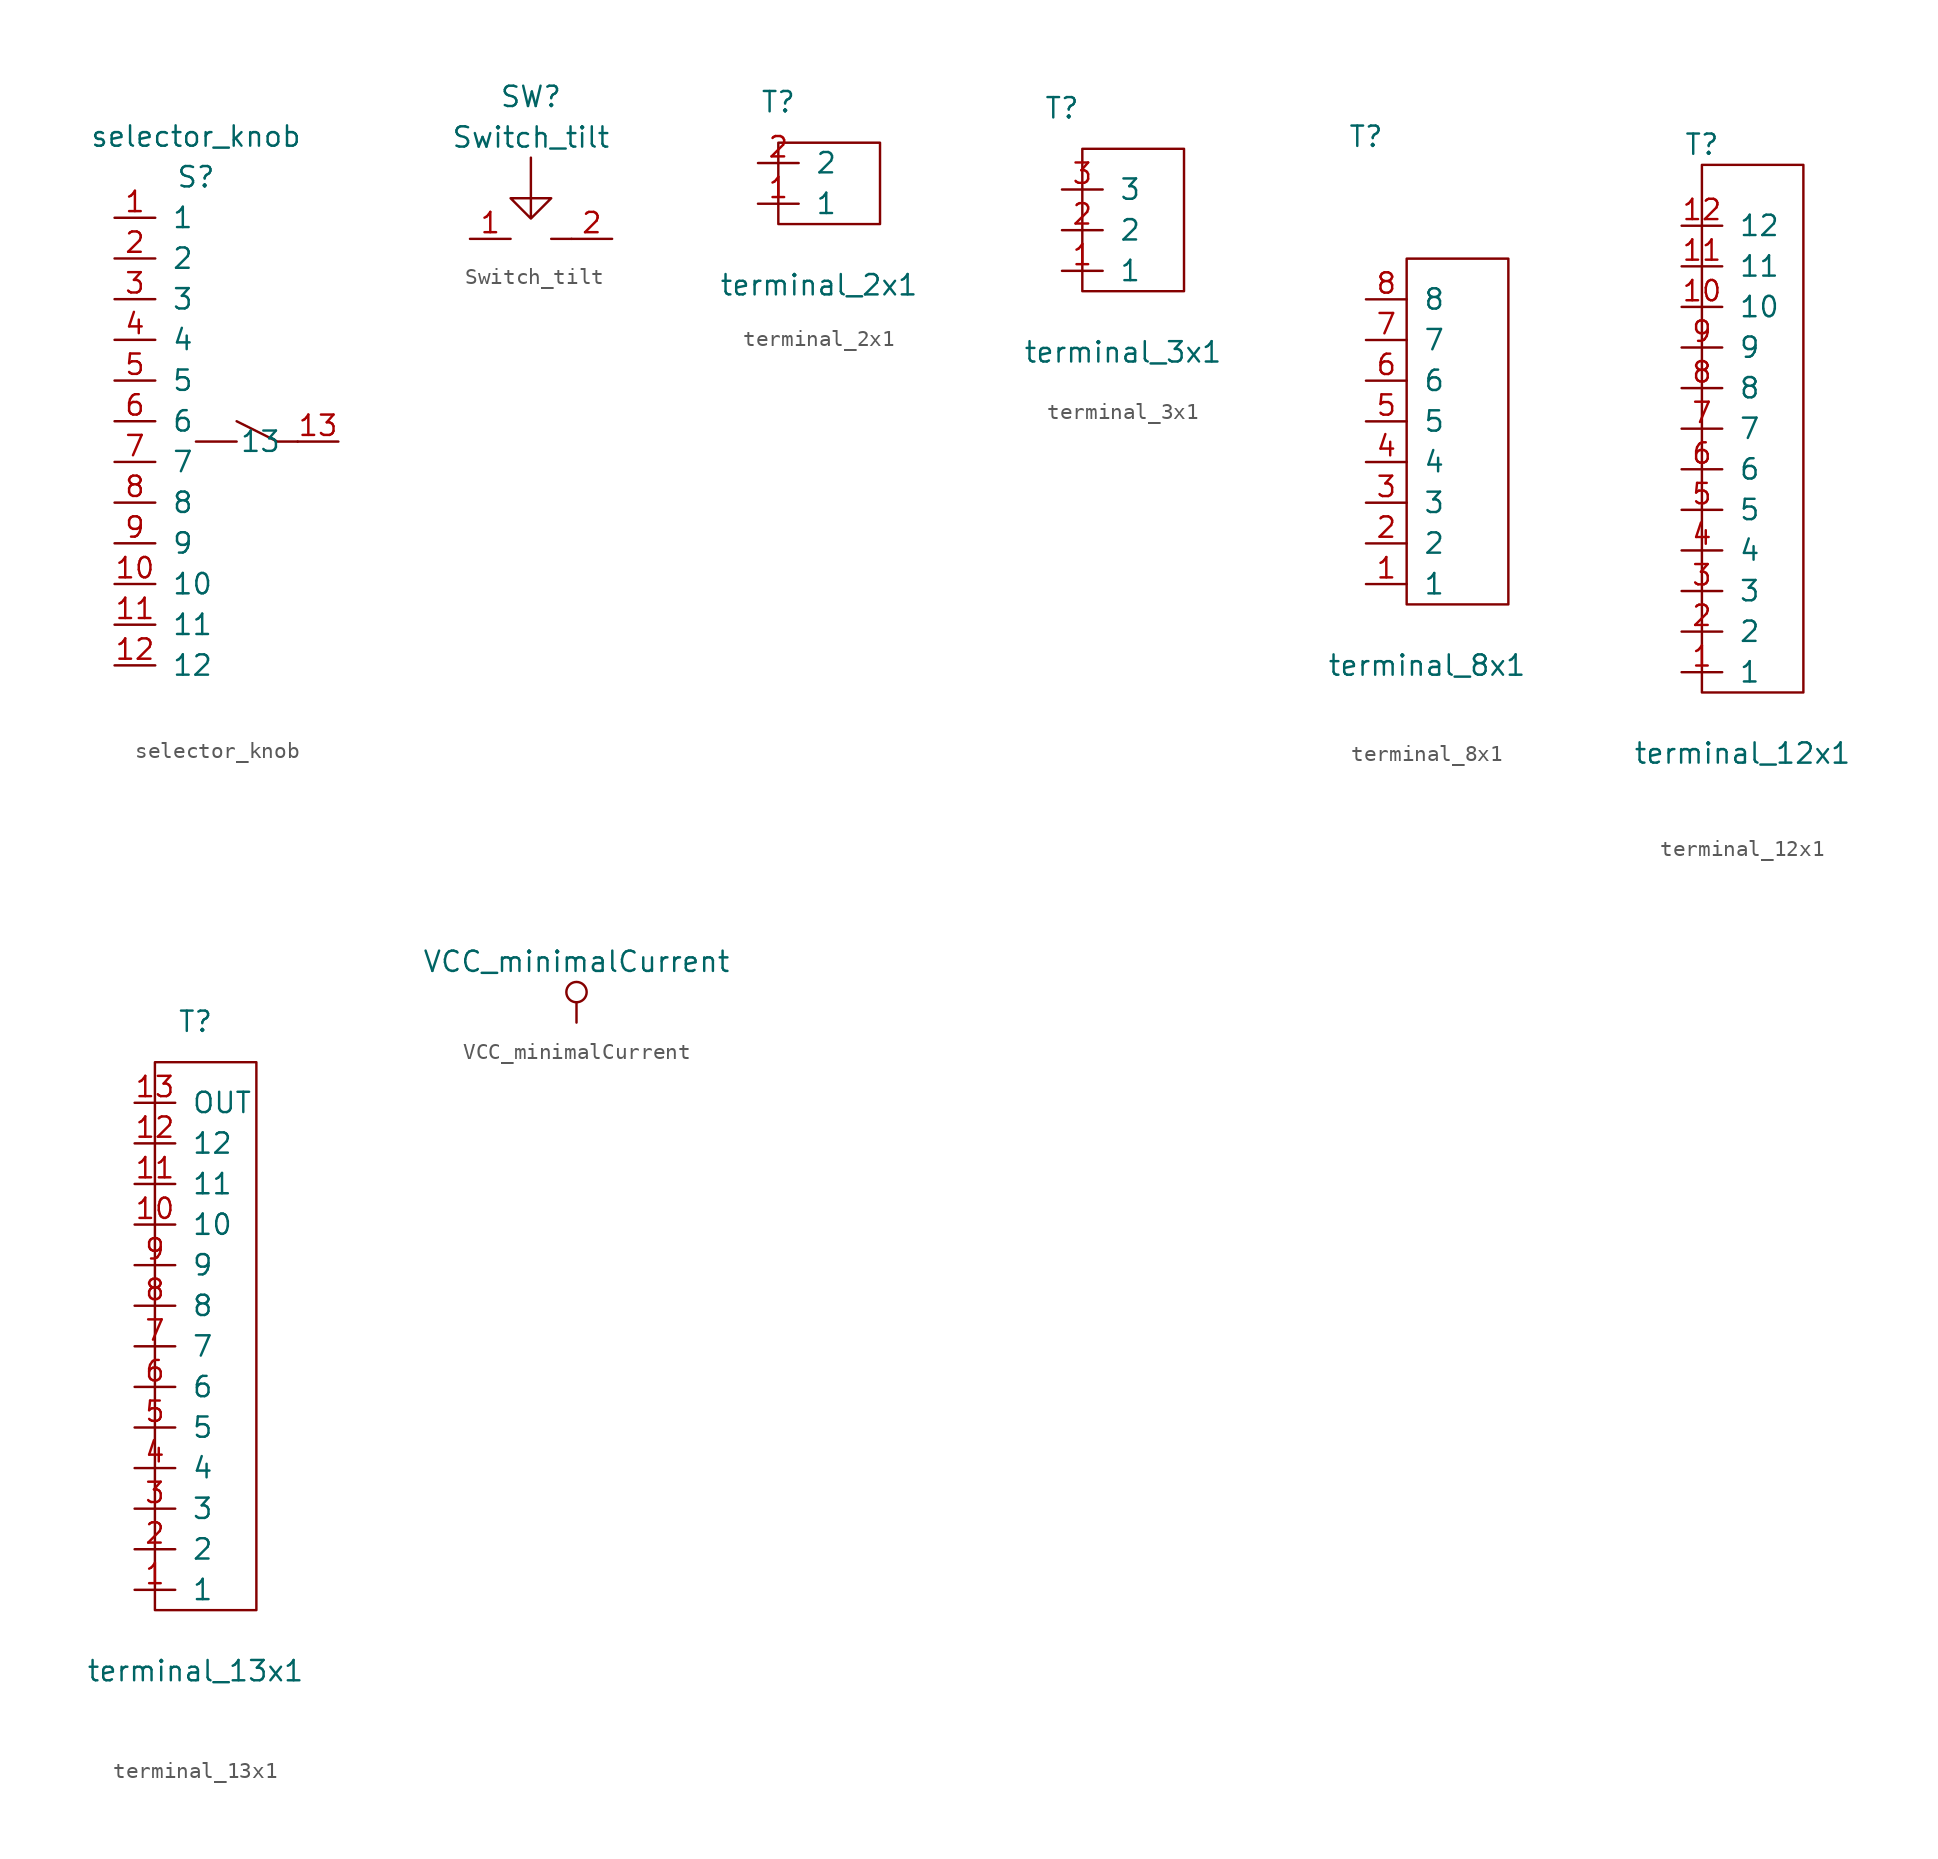
<source format=kicad_sym>
(kicad_symbol_lib
  (version 20211014)
  (generator kicad_symbol_editor)
  (symbol "selector_knob"
    (pin_names
      (offset 1.016))
    (property "Reference" "S"
      (at 0 0 0)
      (effects (font (size 1.27 1.27))))
    (property "Value" "selector_knob"
      (at 0 2.54 0)
      (effects (font (size 1.27 1.27))))
    (symbol "selector_knob_0_0"
      (pin unspecified line (at -5.08 -2.54 0) (length 2.54) (name "1" (effects (font (size 1.27 1.27)))) (number "1" (effects (font (size 1.27 1.27)))))
      (pin unspecified line (at -5.08 -25.4 0) (length 2.54) (name "10" (effects (font (size 1.27 1.27)))) (number "10" (effects (font (size 1.27 1.27)))))
      (pin unspecified line (at -5.08 -27.94 0) (length 2.54) (name "11" (effects (font (size 1.27 1.27)))) (number "11" (effects (font (size 1.27 1.27)))))
      (pin unspecified line (at -5.08 -30.48 0) (length 2.54) (name "12" (effects (font (size 1.27 1.27)))) (number "12" (effects (font (size 1.27 1.27)))))
      (pin unspecified line (at 8.89 -16.51 180) (length 2.54) (name "13" (effects (font (size 1.27 1.27)))) (number "13" (effects (font (size 1.27 1.27)))))
      (pin unspecified line (at -5.08 -5.08 0) (length 2.54) (name "2" (effects (font (size 1.27 1.27)))) (number "2" (effects (font (size 1.27 1.27)))))
      (pin unspecified line (at -5.08 -7.62 0) (length 2.54) (name "3" (effects (font (size 1.27 1.27)))) (number "3" (effects (font (size 1.27 1.27)))))
      (pin unspecified line (at -5.08 -10.16 0) (length 2.54) (name "4" (effects (font (size 1.27 1.27)))) (number "4" (effects (font (size 1.27 1.27)))))
      (pin unspecified line (at -5.08 -12.7 0) (length 2.54) (name "5" (effects (font (size 1.27 1.27)))) (number "5" (effects (font (size 1.27 1.27)))))
      (pin unspecified line (at -5.08 -15.24 0) (length 2.54) (name "6" (effects (font (size 1.27 1.27)))) (number "6" (effects (font (size 1.27 1.27)))))
      (pin unspecified line (at -5.08 -17.78 0) (length 2.54) (name "7" (effects (font (size 1.27 1.27)))) (number "7" (effects (font (size 1.27 1.27)))))
      (pin unspecified line (at -5.08 -20.32 0) (length 2.54) (name "8" (effects (font (size 1.27 1.27)))) (number "8" (effects (font (size 1.27 1.27)))))
      (pin unspecified line (at -5.08 -22.86 0) (length 2.54) (name "9" (effects (font (size 1.27 1.27)))) (number "9" (effects (font (size 1.27 1.27))))))
    (symbol "selector_knob_0_1"
      (polyline (pts (xy 2.54 -16.51) (xy 0 -16.51)) (stroke (width 0) (type default) (color 0 0 0 0)) (fill (type none)))
      (polyline (pts (xy 6.35 -16.51) (xy 5.08 -16.51) (xy 2.54 -15.24)) (stroke (width 0) (type default) (color 0 0 0 0)) (fill (type none)))))
  (symbol "Switch_tilt"
    (pin_names
      (offset 1.016))
    (property "Reference" "SW"
      (at 0 7.62 0)
      (effects (font (size 1.27 1.27))))
    (property "Value" "Switch_tilt"
      (at 0 5.08 0)
      (effects (font (size 1.27 1.27))))
    (symbol "Switch_tilt_0_1"
      (polyline (pts (xy 2.54 -1.27) (xy 1.27 -1.27)) (stroke (width 0) (type default) (color 0 0 0 0)) (fill (type none)))
      (polyline (pts (xy 0 3.81) (xy 0 0) (xy -1.27 1.27) (xy 1.27 1.27) (xy 0 0)) (stroke (width 0) (type default) (color 0 0 0 0)) (fill (type none))))
    (symbol "Switch_tilt_1_1"
      (pin passive line (at -3.81 -1.27 0) (length 2.54) (name "~" (effects (font (size 1.27 1.27)))) (number "1" (effects (font (size 1.27 1.27)))))
      (pin passive line (at 5.08 -1.27 180) (length 2.54) (name "~" (effects (font (size 1.27 1.27)))) (number "2" (effects (font (size 1.27 1.27)))))))
  (symbol "terminal_2x1"
    (pin_names
      (offset 1.016))
    (property "Reference" "T"
      (at 0 6.35 0)
      (effects (font (size 1.27 1.27))))
    (property "Value" "terminal_2x1"
      (at 2.54 -5.08 0)
      (effects (font (size 1.27 1.27))))
    (symbol "terminal_2x1_0_0"
      (pin input line (at -1.27 0 0) (length 2.54) (name "1" (effects (font (size 1.27 1.27)))) (number "1" (effects (font (size 1.27 1.27)))))
      (pin input line (at -1.27 2.54 0) (length 2.54) (name "2" (effects (font (size 1.27 1.27)))) (number "2" (effects (font (size 1.27 1.27))))))
    (symbol "terminal_2x1_0_1"
      (rectangle (start 0 3.81) (end 6.35 -1.27) (stroke (width 0) (type default) (color 0 0 0 0)) (fill (type none)))))
  (symbol "terminal_3x1"
    (pin_names
      (offset 1.016))
    (property "Reference" "T"
      (at -1.27 10.16 0)
      (effects (font (size 1.27 1.27))))
    (property "Value" "terminal_3x1"
      (at 2.54 -5.08 0)
      (effects (font (size 1.27 1.27))))
    (symbol "terminal_3x1_0_0"
      (pin input line (at -1.27 0 0) (length 2.54) (name "1" (effects (font (size 1.27 1.27)))) (number "1" (effects (font (size 1.27 1.27)))))
      (pin input line (at -1.27 2.54 0) (length 2.54) (name "2" (effects (font (size 1.27 1.27)))) (number "2" (effects (font (size 1.27 1.27)))))
      (pin input line (at -1.27 5.08 0) (length 2.54) (name "3" (effects (font (size 1.27 1.27)))) (number "3" (effects (font (size 1.27 1.27))))))
    (symbol "terminal_3x1_0_1"
      (rectangle (start 0 7.62) (end 6.35 -1.27) (stroke (width 0) (type default) (color 0 0 0 0)) (fill (type none)))))
  (symbol "terminal_8x1"
    (pin_names
      (offset 1.016))
    (property "Reference" "T"
      (at -1.27 27.94 0)
      (effects (font (size 1.27 1.27))))
    (property "Value" "terminal_8x1"
      (at 2.54 -5.08 0)
      (effects (font (size 1.27 1.27))))
    (symbol "terminal_8x1_0_0"
      (pin input line (at -1.27 0 0) (length 2.54) (name "1" (effects (font (size 1.27 1.27)))) (number "1" (effects (font (size 1.27 1.27)))))
      (pin input line (at -1.27 2.54 0) (length 2.54) (name "2" (effects (font (size 1.27 1.27)))) (number "2" (effects (font (size 1.27 1.27)))))
      (pin input line (at -1.27 5.08 0) (length 2.54) (name "3" (effects (font (size 1.27 1.27)))) (number "3" (effects (font (size 1.27 1.27)))))
      (pin input line (at -1.27 7.62 0) (length 2.54) (name "4" (effects (font (size 1.27 1.27)))) (number "4" (effects (font (size 1.27 1.27)))))
      (pin input line (at -1.27 10.16 0) (length 2.54) (name "5" (effects (font (size 1.27 1.27)))) (number "5" (effects (font (size 1.27 1.27)))))
      (pin input line (at -1.27 12.7 0) (length 2.54) (name "6" (effects (font (size 1.27 1.27)))) (number "6" (effects (font (size 1.27 1.27)))))
      (pin input line (at -1.27 15.24 0) (length 2.54) (name "7" (effects (font (size 1.27 1.27)))) (number "7" (effects (font (size 1.27 1.27)))))
      (pin input line (at -1.27 17.78 0) (length 2.54) (name "8" (effects (font (size 1.27 1.27)))) (number "8" (effects (font (size 1.27 1.27))))))
    (symbol "terminal_8x1_0_1"
      (rectangle (start 1.27 20.32) (end 7.62 -1.27) (stroke (width 0) (type default) (color 0 0 0 0)) (fill (type none)))))
  (symbol "terminal_12x1"
    (pin_names
      (offset 1.016))
    (property "Reference" "T"
      (at 0 33.02 0)
      (effects (font (size 1.27 1.27))))
    (property "Value" "terminal_12x1"
      (at 2.54 -5.08 0)
      (effects (font (size 1.27 1.27))))
    (symbol "terminal_12x1_0_0"
      (pin input line (at -1.27 0 0) (length 2.54) (name "1" (effects (font (size 1.27 1.27)))) (number "1" (effects (font (size 1.27 1.27)))))
      (pin input line (at -1.27 22.86 0) (length 2.54) (name "10" (effects (font (size 1.27 1.27)))) (number "10" (effects (font (size 1.27 1.27)))))
      (pin input line (at -1.27 25.4 0) (length 2.54) (name "11" (effects (font (size 1.27 1.27)))) (number "11" (effects (font (size 1.27 1.27)))))
      (pin input line (at -1.27 27.94 0) (length 2.54) (name "12" (effects (font (size 1.27 1.27)))) (number "12" (effects (font (size 1.27 1.27)))))
      (pin input line (at -1.27 2.54 0) (length 2.54) (name "2" (effects (font (size 1.27 1.27)))) (number "2" (effects (font (size 1.27 1.27)))))
      (pin input line (at -1.27 5.08 0) (length 2.54) (name "3" (effects (font (size 1.27 1.27)))) (number "3" (effects (font (size 1.27 1.27)))))
      (pin input line (at -1.27 7.62 0) (length 2.54) (name "4" (effects (font (size 1.27 1.27)))) (number "4" (effects (font (size 1.27 1.27)))))
      (pin input line (at -1.27 10.16 0) (length 2.54) (name "5" (effects (font (size 1.27 1.27)))) (number "5" (effects (font (size 1.27 1.27)))))
      (pin input line (at -1.27 12.7 0) (length 2.54) (name "6" (effects (font (size 1.27 1.27)))) (number "6" (effects (font (size 1.27 1.27)))))
      (pin input line (at -1.27 15.24 0) (length 2.54) (name "7" (effects (font (size 1.27 1.27)))) (number "7" (effects (font (size 1.27 1.27)))))
      (pin input line (at -1.27 17.78 0) (length 2.54) (name "8" (effects (font (size 1.27 1.27)))) (number "8" (effects (font (size 1.27 1.27)))))
      (pin input line (at -1.27 20.32 0) (length 2.54) (name "9" (effects (font (size 1.27 1.27)))) (number "9" (effects (font (size 1.27 1.27))))))
    (symbol "terminal_12x1_0_1"
      (rectangle (start 0 31.75) (end 6.35 -1.27) (stroke (width 0) (type default) (color 0 0 0 0)) (fill (type none)))))
  (symbol "terminal_13x1"
    (pin_names
      (offset 1.016))
    (property "Reference" "T"
      (at 2.54 35.56 0)
      (effects (font (size 1.27 1.27))))
    (property "Value" "terminal_13x1"
      (at 2.54 -5.08 0)
      (effects (font (size 1.27 1.27))))
    (symbol "terminal_13x1_0_0"
      (pin input line (at -1.27 0 0) (length 2.54) (name "1" (effects (font (size 1.27 1.27)))) (number "1" (effects (font (size 1.27 1.27)))))
      (pin input line (at -1.27 22.86 0) (length 2.54) (name "10" (effects (font (size 1.27 1.27)))) (number "10" (effects (font (size 1.27 1.27)))))
      (pin input line (at -1.27 25.4 0) (length 2.54) (name "11" (effects (font (size 1.27 1.27)))) (number "11" (effects (font (size 1.27 1.27)))))
      (pin input line (at -1.27 27.94 0) (length 2.54) (name "12" (effects (font (size 1.27 1.27)))) (number "12" (effects (font (size 1.27 1.27)))))
      (pin output line (at -1.27 30.48 0) (length 2.54) (name "OUT" (effects (font (size 1.27 1.27)))) (number "13" (effects (font (size 1.27 1.27)))))
      (pin input line (at -1.27 2.54 0) (length 2.54) (name "2" (effects (font (size 1.27 1.27)))) (number "2" (effects (font (size 1.27 1.27)))))
      (pin input line (at -1.27 5.08 0) (length 2.54) (name "3" (effects (font (size 1.27 1.27)))) (number "3" (effects (font (size 1.27 1.27)))))
      (pin input line (at -1.27 7.62 0) (length 2.54) (name "4" (effects (font (size 1.27 1.27)))) (number "4" (effects (font (size 1.27 1.27)))))
      (pin input line (at -1.27 10.16 0) (length 2.54) (name "5" (effects (font (size 1.27 1.27)))) (number "5" (effects (font (size 1.27 1.27)))))
      (pin input line (at -1.27 12.7 0) (length 2.54) (name "6" (effects (font (size 1.27 1.27)))) (number "6" (effects (font (size 1.27 1.27)))))
      (pin input line (at -1.27 15.24 0) (length 2.54) (name "7" (effects (font (size 1.27 1.27)))) (number "7" (effects (font (size 1.27 1.27)))))
      (pin input line (at -1.27 17.78 0) (length 2.54) (name "8" (effects (font (size 1.27 1.27)))) (number "8" (effects (font (size 1.27 1.27)))))
      (pin input line (at -1.27 20.32 0) (length 2.54) (name "9" (effects (font (size 1.27 1.27)))) (number "9" (effects (font (size 1.27 1.27))))))
    (symbol "terminal_13x1_0_1"
      (rectangle (start 0 33.02) (end 6.35 -1.27) (stroke (width 0) (type default) (color 0 0 0 0)) (fill (type none)))))
  (symbol "VCC_minimalCurrent"
    (power)
    (pin_names
      (offset 0))
    (property "Reference" "#PWR"
      (at 0 -3.81 0)
      (effects (font (size 1.27 1.27)) hide))
    (property "Value" "VCC_minimalCurrent"
      (at 0 3.81 0)
      (effects (font (size 1.27 1.27))))
    (symbol "VCC_minimalCurrent_0_1"
      (polyline (pts (xy 0 0) (xy 0 1.27)) (stroke (width 0) (type default) (color 0 0 0 0)) (fill (type none)))
      (circle (center 0 1.905) (radius 0.635) (stroke (width 0) (type default) (color 0 0 0 0)) (fill (type none))))
    (symbol "VCC_minimalCurrent_1_1"
      (pin power_in line (at 0 0 90) (length 0) hide (name "VCC_minimalCurrent" (effects (font (size 1.27 1.27)))) (number "1" (effects (font (size 1.27 1.27))))))))
</source>
